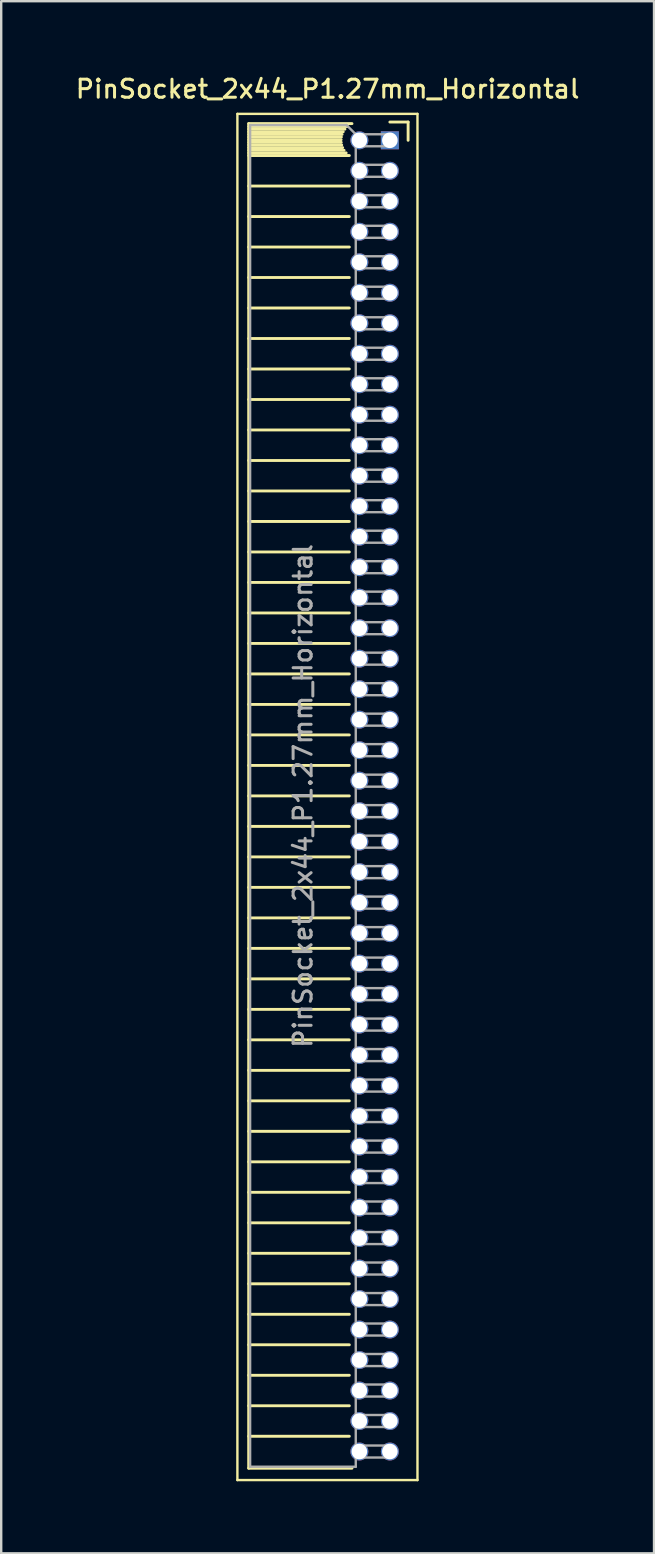
<source format=kicad_pcb>
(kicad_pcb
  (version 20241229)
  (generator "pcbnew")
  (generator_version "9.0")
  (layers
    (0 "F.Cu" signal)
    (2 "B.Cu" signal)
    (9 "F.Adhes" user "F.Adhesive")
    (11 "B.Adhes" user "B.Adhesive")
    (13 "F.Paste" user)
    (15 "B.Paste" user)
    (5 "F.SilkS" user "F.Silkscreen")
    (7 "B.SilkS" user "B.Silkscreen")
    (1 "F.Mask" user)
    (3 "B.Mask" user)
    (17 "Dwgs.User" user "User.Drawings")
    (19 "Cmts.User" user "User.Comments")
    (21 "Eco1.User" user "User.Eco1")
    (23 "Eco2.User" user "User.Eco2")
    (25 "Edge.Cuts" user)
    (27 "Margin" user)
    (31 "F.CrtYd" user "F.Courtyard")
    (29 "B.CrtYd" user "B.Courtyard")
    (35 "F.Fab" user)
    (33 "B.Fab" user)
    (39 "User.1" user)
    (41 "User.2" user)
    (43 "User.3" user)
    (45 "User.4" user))
  (footprint "PinSocket_2x44_P1.27mm_Horizontal"
    (layer "F.Cu")
    (at 13.187 2.793)
    (property "Reference" "PinSocket_2x44_P1.27mm_Horizontal" (at -2.592 -2.135 0) (layer "F.SilkS") (effects (font (size 0.75 0.75) (thickness 0.125))))
    (attr through_hole)
    (fp_line (start -6.35 -1.1) (end -6.35 55.8) (stroke (width 0.1) (type solid)) (layer "F.SilkS"))
    (fp_line (start -6.35 55.8) (end 1.15 55.8) (stroke (width 0.1) (type solid)) (layer "F.SilkS"))
    (fp_line (start -5.88 -0.695) (end -5.88 55.305) (stroke (width 0.12) (type solid)) (layer "F.SilkS"))
    (fp_line (start -5.88 -0.695) (end -1.578 -0.695) (stroke (width 0.12) (type solid)) (layer "F.SilkS"))
    (fp_line (start -5.88 -0.575) (end -1.767 -0.575) (stroke (width 0.12) (type solid)) (layer "F.SilkS"))
    (fp_line (start -5.88 -0.465) (end -1.871 -0.465) (stroke (width 0.12) (type solid)) (layer "F.SilkS"))
    (fp_line (start -5.88 -0.355) (end -1.942 -0.355) (stroke (width 0.12) (type solid)) (layer "F.SilkS"))
    (fp_line (start -5.88 -0.245) (end -1.989 -0.245) (stroke (width 0.12) (type solid)) (layer "F.SilkS"))
    (fp_line (start -5.88 -0.135) (end -2.018 -0.135) (stroke (width 0.12) (type solid)) (layer "F.SilkS"))
    (fp_line (start -5.88 -0.025) (end -2.03 -0.025) (stroke (width 0.12) (type solid)) (layer "F.SilkS"))
    (fp_line (start -5.88 0.085) (end -2.025 0.085) (stroke (width 0.12) (type solid)) (layer "F.SilkS"))
    (fp_line (start -5.88 0.195) (end -2.005 0.195) (stroke (width 0.12) (type solid)) (layer "F.SilkS"))
    (fp_line (start -5.88 0.305) (end -1.966 0.305) (stroke (width 0.12) (type solid)) (layer "F.SilkS"))
    (fp_line (start -5.88 0.415) (end -1.907 0.415) (stroke (width 0.12) (type solid)) (layer "F.SilkS"))
    (fp_line (start -5.88 0.525) (end -1.82 0.525) (stroke (width 0.12) (type solid)) (layer "F.SilkS"))
    (fp_line (start -5.88 0.635) (end -1.688 0.635) (stroke (width 0.12) (type solid)) (layer "F.SilkS"))
    (fp_line (start -5.88 1.905) (end -1.688 1.905) (stroke (width 0.12) (type solid)) (layer "F.SilkS"))
    (fp_line (start -5.88 3.175) (end -1.688 3.175) (stroke (width 0.12) (type solid)) (layer "F.SilkS"))
    (fp_line (start -5.88 4.445) (end -1.688 4.445) (stroke (width 0.12) (type solid)) (layer "F.SilkS"))
    (fp_line (start -5.88 5.715) (end -1.688 5.715) (stroke (width 0.12) (type solid)) (layer "F.SilkS"))
    (fp_line (start -5.88 6.985) (end -1.688 6.985) (stroke (width 0.12) (type solid)) (layer "F.SilkS"))
    (fp_line (start -5.88 8.255) (end -1.688 8.255) (stroke (width 0.12) (type solid)) (layer "F.SilkS"))
    (fp_line (start -5.88 9.525) (end -1.688 9.525) (stroke (width 0.12) (type solid)) (layer "F.SilkS"))
    (fp_line (start -5.88 10.795) (end -1.688 10.795) (stroke (width 0.12) (type solid)) (layer "F.SilkS"))
    (fp_line (start -5.88 12.065) (end -1.688 12.065) (stroke (width 0.12) (type solid)) (layer "F.SilkS"))
    (fp_line (start -5.88 13.335) (end -1.688 13.335) (stroke (width 0.12) (type solid)) (layer "F.SilkS"))
    (fp_line (start -5.88 14.605) (end -1.688 14.605) (stroke (width 0.12) (type solid)) (layer "F.SilkS"))
    (fp_line (start -5.88 15.875) (end -1.688 15.875) (stroke (width 0.12) (type solid)) (layer "F.SilkS"))
    (fp_line (start -5.88 17.145) (end -1.688 17.145) (stroke (width 0.12) (type solid)) (layer "F.SilkS"))
    (fp_line (start -5.88 18.415) (end -1.688 18.415) (stroke (width 0.12) (type solid)) (layer "F.SilkS"))
    (fp_line (start -5.88 19.685) (end -1.688 19.685) (stroke (width 0.12) (type solid)) (layer "F.SilkS"))
    (fp_line (start -5.88 20.955) (end -1.688 20.955) (stroke (width 0.12) (type solid)) (layer "F.SilkS"))
    (fp_line (start -5.88 22.225) (end -1.688 22.225) (stroke (width 0.12) (type solid)) (layer "F.SilkS"))
    (fp_line (start -5.88 23.495) (end -1.688 23.495) (stroke (width 0.12) (type solid)) (layer "F.SilkS"))
    (fp_line (start -5.88 24.765) (end -1.688 24.765) (stroke (width 0.12) (type solid)) (layer "F.SilkS"))
    (fp_line (start -5.88 26.035) (end -1.688 26.035) (stroke (width 0.12) (type solid)) (layer "F.SilkS"))
    (fp_line (start -5.88 27.305) (end -1.688 27.305) (stroke (width 0.12) (type solid)) (layer "F.SilkS"))
    (fp_line (start -5.88 28.575) (end -1.688 28.575) (stroke (width 0.12) (type solid)) (layer "F.SilkS"))
    (fp_line (start -5.88 29.845) (end -1.688 29.845) (stroke (width 0.12) (type solid)) (layer "F.SilkS"))
    (fp_line (start -5.88 31.115) (end -1.688 31.115) (stroke (width 0.12) (type solid)) (layer "F.SilkS"))
    (fp_line (start -5.88 32.385) (end -1.688 32.385) (stroke (width 0.12) (type solid)) (layer "F.SilkS"))
    (fp_line (start -5.88 33.655) (end -1.688 33.655) (stroke (width 0.12) (type solid)) (layer "F.SilkS"))
    (fp_line (start -5.88 34.925) (end -1.688 34.925) (stroke (width 0.12) (type solid)) (layer "F.SilkS"))
    (fp_line (start -5.88 36.195) (end -1.688 36.195) (stroke (width 0.12) (type solid)) (layer "F.SilkS"))
    (fp_line (start -5.88 37.465) (end -1.688 37.465) (stroke (width 0.12) (type solid)) (layer "F.SilkS"))
    (fp_line (start -5.88 38.735) (end -1.688 38.735) (stroke (width 0.12) (type solid)) (layer "F.SilkS"))
    (fp_line (start -5.88 40.005) (end -1.688 40.005) (stroke (width 0.12) (type solid)) (layer "F.SilkS"))
    (fp_line (start -5.88 41.275) (end -1.688 41.275) (stroke (width 0.12) (type solid)) (layer "F.SilkS"))
    (fp_line (start -5.88 42.545) (end -1.688 42.545) (stroke (width 0.12) (type solid)) (layer "F.SilkS"))
    (fp_line (start -5.88 43.815) (end -1.688 43.815) (stroke (width 0.12) (type solid)) (layer "F.SilkS"))
    (fp_line (start -5.88 45.085) (end -1.688 45.085) (stroke (width 0.12) (type solid)) (layer "F.SilkS"))
    (fp_line (start -5.88 46.355) (end -1.688 46.355) (stroke (width 0.12) (type solid)) (layer "F.SilkS"))
    (fp_line (start -5.88 47.625) (end -1.688 47.625) (stroke (width 0.12) (type solid)) (layer "F.SilkS"))
    (fp_line (start -5.88 48.895) (end -1.688 48.895) (stroke (width 0.12) (type solid)) (layer "F.SilkS"))
    (fp_line (start -5.88 50.165) (end -1.688 50.165) (stroke (width 0.12) (type solid)) (layer "F.SilkS"))
    (fp_line (start -5.88 51.435) (end -1.688 51.435) (stroke (width 0.12) (type solid)) (layer "F.SilkS"))
    (fp_line (start -5.88 52.705) (end -1.688 52.705) (stroke (width 0.12) (type solid)) (layer "F.SilkS"))
    (fp_line (start -5.88 53.975) (end -1.688 53.975) (stroke (width 0.12) (type solid)) (layer "F.SilkS"))
    (fp_line (start -5.88 55.305) (end -1.578 55.305) (stroke (width 0.12) (type solid)) (layer "F.SilkS"))
    (fp_line (start 0 -0.76) (end 0.76 -0.76) (stroke (width 0.12) (type solid)) (layer "F.SilkS"))
    (fp_line (start 0.76 -0.76) (end 0.76 0) (stroke (width 0.12) (type solid)) (layer "F.SilkS"))
    (fp_line (start 1.15 -1.1) (end -6.35 -1.1) (stroke (width 0.1) (type solid)) (layer "F.SilkS"))
    (fp_line (start 1.15 55.8) (end 1.15 -1.1) (stroke (width 0.1) (type solid)) (layer "F.SilkS"))
    (fp_line (start -5.82 -0.635) (end -1.805 -0.635) (stroke (width 0.1) (type solid)) (layer "F.Fab"))
    (fp_line (start -5.82 55.245) (end -5.82 -0.635) (stroke (width 0.1) (type solid)) (layer "F.Fab"))
    (fp_line (start -1.805 -0.635) (end -1.42 -0.25) (stroke (width 0.1) (type solid)) (layer "F.Fab"))
    (fp_line (start -1.42 -0.25) (end -1.42 55.245) (stroke (width 0.1) (type solid)) (layer "F.Fab"))
    (fp_line (start -1.42 0.25) (end 0 0.25) (stroke (width 0.1) (type solid)) (layer "F.Fab"))
    (fp_line (start -1.42 1.52) (end 0 1.52) (stroke (width 0.1) (type solid)) (layer "F.Fab"))
    (fp_line (start -1.42 2.79) (end 0 2.79) (stroke (width 0.1) (type solid)) (layer "F.Fab"))
    (fp_line (start -1.42 4.06) (end 0 4.06) (stroke (width 0.1) (type solid)) (layer "F.Fab"))
    (fp_line (start -1.42 5.33) (end 0 5.33) (stroke (width 0.1) (type solid)) (layer "F.Fab"))
    (fp_line (start -1.42 6.6) (end 0 6.6) (stroke (width 0.1) (type solid)) (layer "F.Fab"))
    (fp_line (start -1.42 7.87) (end 0 7.87) (stroke (width 0.1) (type solid)) (layer "F.Fab"))
    (fp_line (start -1.42 9.14) (end 0 9.14) (stroke (width 0.1) (type solid)) (layer "F.Fab"))
    (fp_line (start -1.42 10.41) (end 0 10.41) (stroke (width 0.1) (type solid)) (layer "F.Fab"))
    (fp_line (start -1.42 11.68) (end 0 11.68) (stroke (width 0.1) (type solid)) (layer "F.Fab"))
    (fp_line (start -1.42 12.95) (end 0 12.95) (stroke (width 0.1) (type solid)) (layer "F.Fab"))
    (fp_line (start -1.42 14.22) (end 0 14.22) (stroke (width 0.1) (type solid)) (layer "F.Fab"))
    (fp_line (start -1.42 15.49) (end 0 15.49) (stroke (width 0.1) (type solid)) (layer "F.Fab"))
    (fp_line (start -1.42 16.76) (end 0 16.76) (stroke (width 0.1) (type solid)) (layer "F.Fab"))
    (fp_line (start -1.42 18.03) (end 0 18.03) (stroke (width 0.1) (type solid)) (layer "F.Fab"))
    (fp_line (start -1.42 19.3) (end 0 19.3) (stroke (width 0.1) (type solid)) (layer "F.Fab"))
    (fp_line (start -1.42 20.57) (end 0 20.57) (stroke (width 0.1) (type solid)) (layer "F.Fab"))
    (fp_line (start -1.42 21.84) (end 0 21.84) (stroke (width 0.1) (type solid)) (layer "F.Fab"))
    (fp_line (start -1.42 23.11) (end 0 23.11) (stroke (width 0.1) (type solid)) (layer "F.Fab"))
    (fp_line (start -1.42 24.38) (end 0 24.38) (stroke (width 0.1) (type solid)) (layer "F.Fab"))
    (fp_line (start -1.42 25.65) (end 0 25.65) (stroke (width 0.1) (type solid)) (layer "F.Fab"))
    (fp_line (start -1.42 26.92) (end 0 26.92) (stroke (width 0.1) (type solid)) (layer "F.Fab"))
    (fp_line (start -1.42 28.19) (end 0 28.19) (stroke (width 0.1) (type solid)) (layer "F.Fab"))
    (fp_line (start -1.42 29.46) (end 0 29.46) (stroke (width 0.1) (type solid)) (layer "F.Fab"))
    (fp_line (start -1.42 30.73) (end 0 30.73) (stroke (width 0.1) (type solid)) (layer "F.Fab"))
    (fp_line (start -1.42 32) (end 0 32) (stroke (width 0.1) (type solid)) (layer "F.Fab"))
    (fp_line (start -1.42 33.27) (end 0 33.27) (stroke (width 0.1) (type solid)) (layer "F.Fab"))
    (fp_line (start -1.42 34.54) (end 0 34.54) (stroke (width 0.1) (type solid)) (layer "F.Fab"))
    (fp_line (start -1.42 35.81) (end 0 35.81) (stroke (width 0.1) (type solid)) (layer "F.Fab"))
    (fp_line (start -1.42 37.08) (end 0 37.08) (stroke (width 0.1) (type solid)) (layer "F.Fab"))
    (fp_line (start -1.42 38.35) (end 0 38.35) (stroke (width 0.1) (type solid)) (layer "F.Fab"))
    (fp_line (start -1.42 39.62) (end 0 39.62) (stroke (width 0.1) (type solid)) (layer "F.Fab"))
    (fp_line (start -1.42 40.89) (end 0 40.89) (stroke (width 0.1) (type solid)) (layer "F.Fab"))
    (fp_line (start -1.42 42.16) (end 0 42.16) (stroke (width 0.1) (type solid)) (layer "F.Fab"))
    (fp_line (start -1.42 43.43) (end 0 43.43) (stroke (width 0.1) (type solid)) (layer "F.Fab"))
    (fp_line (start -1.42 44.7) (end 0 44.7) (stroke (width 0.1) (type solid)) (layer "F.Fab"))
    (fp_line (start -1.42 45.97) (end 0 45.97) (stroke (width 0.1) (type solid)) (layer "F.Fab"))
    (fp_line (start -1.42 47.24) (end 0 47.24) (stroke (width 0.1) (type solid)) (layer "F.Fab"))
    (fp_line (start -1.42 48.51) (end 0 48.51) (stroke (width 0.1) (type solid)) (layer "F.Fab"))
    (fp_line (start -1.42 49.78) (end 0 49.78) (stroke (width 0.1) (type solid)) (layer "F.Fab"))
    (fp_line (start -1.42 51.05) (end 0 51.05) (stroke (width 0.1) (type solid)) (layer "F.Fab"))
    (fp_line (start -1.42 52.32) (end 0 52.32) (stroke (width 0.1) (type solid)) (layer "F.Fab"))
    (fp_line (start -1.42 53.59) (end 0 53.59) (stroke (width 0.1) (type solid)) (layer "F.Fab"))
    (fp_line (start -1.42 54.86) (end 0 54.86) (stroke (width 0.1) (type solid)) (layer "F.Fab"))
    (fp_line (start -1.42 55.245) (end -5.82 55.245) (stroke (width 0.1) (type solid)) (layer "F.Fab"))
    (fp_line (start 0 -0.25) (end -1.42 -0.25) (stroke (width 0.1) (type solid)) (layer "F.Fab"))
    (fp_line (start 0 0.25) (end 0 -0.25) (stroke (width 0.1) (type solid)) (layer "F.Fab"))
    (fp_line (start 0 1.02) (end -1.42 1.02) (stroke (width 0.1) (type solid)) (layer "F.Fab"))
    (fp_line (start 0 1.52) (end 0 1.02) (stroke (width 0.1) (type solid)) (layer "F.Fab"))
    (fp_line (start 0 2.29) (end -1.42 2.29) (stroke (width 0.1) (type solid)) (layer "F.Fab"))
    (fp_line (start 0 2.79) (end 0 2.29) (stroke (width 0.1) (type solid)) (layer "F.Fab"))
    (fp_line (start 0 3.56) (end -1.42 3.56) (stroke (width 0.1) (type solid)) (layer "F.Fab"))
    (fp_line (start 0 4.06) (end 0 3.56) (stroke (width 0.1) (type solid)) (layer "F.Fab"))
    (fp_line (start 0 4.83) (end -1.42 4.83) (stroke (width 0.1) (type solid)) (layer "F.Fab"))
    (fp_line (start 0 5.33) (end 0 4.83) (stroke (width 0.1) (type solid)) (layer "F.Fab"))
    (fp_line (start 0 6.1) (end -1.42 6.1) (stroke (width 0.1) (type solid)) (layer "F.Fab"))
    (fp_line (start 0 6.6) (end 0 6.1) (stroke (width 0.1) (type solid)) (layer "F.Fab"))
    (fp_line (start 0 7.37) (end -1.42 7.37) (stroke (width 0.1) (type solid)) (layer "F.Fab"))
    (fp_line (start 0 7.87) (end 0 7.37) (stroke (width 0.1) (type solid)) (layer "F.Fab"))
    (fp_line (start 0 8.64) (end -1.42 8.64) (stroke (width 0.1) (type solid)) (layer "F.Fab"))
    (fp_line (start 0 9.14) (end 0 8.64) (stroke (width 0.1) (type solid)) (layer "F.Fab"))
    (fp_line (start 0 9.91) (end -1.42 9.91) (stroke (width 0.1) (type solid)) (layer "F.Fab"))
    (fp_line (start 0 10.41) (end 0 9.91) (stroke (width 0.1) (type solid)) (layer "F.Fab"))
    (fp_line (start 0 11.18) (end -1.42 11.18) (stroke (width 0.1) (type solid)) (layer "F.Fab"))
    (fp_line (start 0 11.68) (end 0 11.18) (stroke (width 0.1) (type solid)) (layer "F.Fab"))
    (fp_line (start 0 12.45) (end -1.42 12.45) (stroke (width 0.1) (type solid)) (layer "F.Fab"))
    (fp_line (start 0 12.95) (end 0 12.45) (stroke (width 0.1) (type solid)) (layer "F.Fab"))
    (fp_line (start 0 13.72) (end -1.42 13.72) (stroke (width 0.1) (type solid)) (layer "F.Fab"))
    (fp_line (start 0 14.22) (end 0 13.72) (stroke (width 0.1) (type solid)) (layer "F.Fab"))
    (fp_line (start 0 14.99) (end -1.42 14.99) (stroke (width 0.1) (type solid)) (layer "F.Fab"))
    (fp_line (start 0 15.49) (end 0 14.99) (stroke (width 0.1) (type solid)) (layer "F.Fab"))
    (fp_line (start 0 16.26) (end -1.42 16.26) (stroke (width 0.1) (type solid)) (layer "F.Fab"))
    (fp_line (start 0 16.76) (end 0 16.26) (stroke (width 0.1) (type solid)) (layer "F.Fab"))
    (fp_line (start 0 17.53) (end -1.42 17.53) (stroke (width 0.1) (type solid)) (layer "F.Fab"))
    (fp_line (start 0 18.03) (end 0 17.53) (stroke (width 0.1) (type solid)) (layer "F.Fab"))
    (fp_line (start 0 18.8) (end -1.42 18.8) (stroke (width 0.1) (type solid)) (layer "F.Fab"))
    (fp_line (start 0 19.3) (end 0 18.8) (stroke (width 0.1) (type solid)) (layer "F.Fab"))
    (fp_line (start 0 20.07) (end -1.42 20.07) (stroke (width 0.1) (type solid)) (layer "F.Fab"))
    (fp_line (start 0 20.57) (end 0 20.07) (stroke (width 0.1) (type solid)) (layer "F.Fab"))
    (fp_line (start 0 21.34) (end -1.42 21.34) (stroke (width 0.1) (type solid)) (layer "F.Fab"))
    (fp_line (start 0 21.84) (end 0 21.34) (stroke (width 0.1) (type solid)) (layer "F.Fab"))
    (fp_line (start 0 22.61) (end -1.42 22.61) (stroke (width 0.1) (type solid)) (layer "F.Fab"))
    (fp_line (start 0 23.11) (end 0 22.61) (stroke (width 0.1) (type solid)) (layer "F.Fab"))
    (fp_line (start 0 23.88) (end -1.42 23.88) (stroke (width 0.1) (type solid)) (layer "F.Fab"))
    (fp_line (start 0 24.38) (end 0 23.88) (stroke (width 0.1) (type solid)) (layer "F.Fab"))
    (fp_line (start 0 25.15) (end -1.42 25.15) (stroke (width 0.1) (type solid)) (layer "F.Fab"))
    (fp_line (start 0 25.65) (end 0 25.15) (stroke (width 0.1) (type solid)) (layer "F.Fab"))
    (fp_line (start 0 26.42) (end -1.42 26.42) (stroke (width 0.1) (type solid)) (layer "F.Fab"))
    (fp_line (start 0 26.92) (end 0 26.42) (stroke (width 0.1) (type solid)) (layer "F.Fab"))
    (fp_line (start 0 27.69) (end -1.42 27.69) (stroke (width 0.1) (type solid)) (layer "F.Fab"))
    (fp_line (start 0 28.19) (end 0 27.69) (stroke (width 0.1) (type solid)) (layer "F.Fab"))
    (fp_line (start 0 28.96) (end -1.42 28.96) (stroke (width 0.1) (type solid)) (layer "F.Fab"))
    (fp_line (start 0 29.46) (end 0 28.96) (stroke (width 0.1) (type solid)) (layer "F.Fab"))
    (fp_line (start 0 30.23) (end -1.42 30.23) (stroke (width 0.1) (type solid)) (layer "F.Fab"))
    (fp_line (start 0 30.73) (end 0 30.23) (stroke (width 0.1) (type solid)) (layer "F.Fab"))
    (fp_line (start 0 31.5) (end -1.42 31.5) (stroke (width 0.1) (type solid)) (layer "F.Fab"))
    (fp_line (start 0 32) (end 0 31.5) (stroke (width 0.1) (type solid)) (layer "F.Fab"))
    (fp_line (start 0 32.77) (end -1.42 32.77) (stroke (width 0.1) (type solid)) (layer "F.Fab"))
    (fp_line (start 0 33.27) (end 0 32.77) (stroke (width 0.1) (type solid)) (layer "F.Fab"))
    (fp_line (start 0 34.04) (end -1.42 34.04) (stroke (width 0.1) (type solid)) (layer "F.Fab"))
    (fp_line (start 0 34.54) (end 0 34.04) (stroke (width 0.1) (type solid)) (layer "F.Fab"))
    (fp_line (start 0 35.31) (end -1.42 35.31) (stroke (width 0.1) (type solid)) (layer "F.Fab"))
    (fp_line (start 0 35.81) (end 0 35.31) (stroke (width 0.1) (type solid)) (layer "F.Fab"))
    (fp_line (start 0 36.58) (end -1.42 36.58) (stroke (width 0.1) (type solid)) (layer "F.Fab"))
    (fp_line (start 0 37.08) (end 0 36.58) (stroke (width 0.1) (type solid)) (layer "F.Fab"))
    (fp_line (start 0 37.85) (end -1.42 37.85) (stroke (width 0.1) (type solid)) (layer "F.Fab"))
    (fp_line (start 0 38.35) (end 0 37.85) (stroke (width 0.1) (type solid)) (layer "F.Fab"))
    (fp_line (start 0 39.12) (end -1.42 39.12) (stroke (width 0.1) (type solid)) (layer "F.Fab"))
    (fp_line (start 0 39.62) (end 0 39.12) (stroke (width 0.1) (type solid)) (layer "F.Fab"))
    (fp_line (start 0 40.39) (end -1.42 40.39) (stroke (width 0.1) (type solid)) (layer "F.Fab"))
    (fp_line (start 0 40.89) (end 0 40.39) (stroke (width 0.1) (type solid)) (layer "F.Fab"))
    (fp_line (start 0 41.66) (end -1.42 41.66) (stroke (width 0.1) (type solid)) (layer "F.Fab"))
    (fp_line (start 0 42.16) (end 0 41.66) (stroke (width 0.1) (type solid)) (layer "F.Fab"))
    (fp_line (start 0 42.93) (end -1.42 42.93) (stroke (width 0.1) (type solid)) (layer "F.Fab"))
    (fp_line (start 0 43.43) (end 0 42.93) (stroke (width 0.1) (type solid)) (layer "F.Fab"))
    (fp_line (start 0 44.2) (end -1.42 44.2) (stroke (width 0.1) (type solid)) (layer "F.Fab"))
    (fp_line (start 0 44.7) (end 0 44.2) (stroke (width 0.1) (type solid)) (layer "F.Fab"))
    (fp_line (start 0 45.47) (end -1.42 45.47) (stroke (width 0.1) (type solid)) (layer "F.Fab"))
    (fp_line (start 0 45.97) (end 0 45.47) (stroke (width 0.1) (type solid)) (layer "F.Fab"))
    (fp_line (start 0 46.74) (end -1.42 46.74) (stroke (width 0.1) (type solid)) (layer "F.Fab"))
    (fp_line (start 0 47.24) (end 0 46.74) (stroke (width 0.1) (type solid)) (layer "F.Fab"))
    (fp_line (start 0 48.01) (end -1.42 48.01) (stroke (width 0.1) (type solid)) (layer "F.Fab"))
    (fp_line (start 0 48.51) (end 0 48.01) (stroke (width 0.1) (type solid)) (layer "F.Fab"))
    (fp_line (start 0 49.28) (end -1.42 49.28) (stroke (width 0.1) (type solid)) (layer "F.Fab"))
    (fp_line (start 0 49.78) (end 0 49.28) (stroke (width 0.1) (type solid)) (layer "F.Fab"))
    (fp_line (start 0 50.55) (end -1.42 50.55) (stroke (width 0.1) (type solid)) (layer "F.Fab"))
    (fp_line (start 0 51.05) (end 0 50.55) (stroke (width 0.1) (type solid)) (layer "F.Fab"))
    (fp_line (start 0 51.82) (end -1.42 51.82) (stroke (width 0.1) (type solid)) (layer "F.Fab"))
    (fp_line (start 0 52.32) (end 0 51.82) (stroke (width 0.1) (type solid)) (layer "F.Fab"))
    (fp_line (start 0 53.09) (end -1.42 53.09) (stroke (width 0.1) (type solid)) (layer "F.Fab"))
    (fp_line (start 0 53.59) (end 0 53.09) (stroke (width 0.1) (type solid)) (layer "F.Fab"))
    (fp_line (start 0 54.36) (end -1.42 54.36) (stroke (width 0.1) (type solid)) (layer "F.Fab"))
    (fp_line (start 0 54.86) (end 0 54.36) (stroke (width 0.1) (type solid)) (layer "F.Fab"))
    (fp_text user "${REFERENCE}" (at -3.62 27.305 90) (layer "F.Fab") (effects (font (size 0.75 0.75) (thickness 0.125))))
    (pad "1" thru_hole rect (at 0 0) (size 0.75 0.75) (drill 0.65) (layers "*.Cu" "*.Mask"))
    (pad "2" thru_hole oval (at -1.27 0) (size 0.75 0.75) (drill 0.65) (layers "*.Cu" "*.Mask"))
    (pad "3" thru_hole oval (at 0 1.27) (size 0.75 0.75) (drill 0.65) (layers "*.Cu" "*.Mask"))
    (pad "4" thru_hole oval (at -1.27 1.27) (size 0.75 0.75) (drill 0.65) (layers "*.Cu" "*.Mask"))
    (pad "5" thru_hole oval (at 0 2.54) (size 0.75 0.75) (drill 0.65) (layers "*.Cu" "*.Mask"))
    (pad "6" thru_hole oval (at -1.27 2.54) (size 0.75 0.75) (drill 0.65) (layers "*.Cu" "*.Mask"))
    (pad "7" thru_hole oval (at 0 3.81) (size 0.75 0.75) (drill 0.65) (layers "*.Cu" "*.Mask"))
    (pad "8" thru_hole oval (at -1.27 3.81) (size 0.75 0.75) (drill 0.65) (layers "*.Cu" "*.Mask"))
    (pad "9" thru_hole oval (at 0 5.08) (size 0.75 0.75) (drill 0.65) (layers "*.Cu" "*.Mask"))
    (pad "10" thru_hole oval (at -1.27 5.08) (size 0.75 0.75) (drill 0.65) (layers "*.Cu" "*.Mask"))
    (pad "11" thru_hole oval (at 0 6.35) (size 0.75 0.75) (drill 0.65) (layers "*.Cu" "*.Mask"))
    (pad "12" thru_hole oval (at -1.27 6.35) (size 0.75 0.75) (drill 0.65) (layers "*.Cu" "*.Mask"))
    (pad "13" thru_hole oval (at 0 7.62) (size 0.75 0.75) (drill 0.65) (layers "*.Cu" "*.Mask"))
    (pad "14" thru_hole oval (at -1.27 7.62) (size 0.75 0.75) (drill 0.65) (layers "*.Cu" "*.Mask"))
    (pad "15" thru_hole oval (at 0 8.89) (size 0.75 0.75) (drill 0.65) (layers "*.Cu" "*.Mask"))
    (pad "16" thru_hole oval (at -1.27 8.89) (size 0.75 0.75) (drill 0.65) (layers "*.Cu" "*.Mask"))
    (pad "17" thru_hole oval (at 0 10.16) (size 0.75 0.75) (drill 0.65) (layers "*.Cu" "*.Mask"))
    (pad "18" thru_hole oval (at -1.27 10.16) (size 0.75 0.75) (drill 0.65) (layers "*.Cu" "*.Mask"))
    (pad "19" thru_hole oval (at 0 11.43) (size 0.75 0.75) (drill 0.65) (layers "*.Cu" "*.Mask"))
    (pad "20" thru_hole oval (at -1.27 11.43) (size 0.75 0.75) (drill 0.65) (layers "*.Cu" "*.Mask"))
    (pad "21" thru_hole oval (at 0 12.7) (size 0.75 0.75) (drill 0.65) (layers "*.Cu" "*.Mask"))
    (pad "22" thru_hole oval (at -1.27 12.7) (size 0.75 0.75) (drill 0.65) (layers "*.Cu" "*.Mask"))
    (pad "23" thru_hole oval (at 0 13.97) (size 0.75 0.75) (drill 0.65) (layers "*.Cu" "*.Mask"))
    (pad "24" thru_hole oval (at -1.27 13.97) (size 0.75 0.75) (drill 0.65) (layers "*.Cu" "*.Mask"))
    (pad "25" thru_hole oval (at 0 15.24) (size 0.75 0.75) (drill 0.65) (layers "*.Cu" "*.Mask"))
    (pad "26" thru_hole oval (at -1.27 15.24) (size 0.75 0.75) (drill 0.65) (layers "*.Cu" "*.Mask"))
    (pad "27" thru_hole oval (at 0 16.51) (size 0.75 0.75) (drill 0.65) (layers "*.Cu" "*.Mask"))
    (pad "28" thru_hole oval (at -1.27 16.51) (size 0.75 0.75) (drill 0.65) (layers "*.Cu" "*.Mask"))
    (pad "29" thru_hole oval (at 0 17.78) (size 0.75 0.75) (drill 0.65) (layers "*.Cu" "*.Mask"))
    (pad "30" thru_hole oval (at -1.27 17.78) (size 0.75 0.75) (drill 0.65) (layers "*.Cu" "*.Mask"))
    (pad "31" thru_hole oval (at 0 19.05) (size 0.75 0.75) (drill 0.65) (layers "*.Cu" "*.Mask"))
    (pad "32" thru_hole oval (at -1.27 19.05) (size 0.75 0.75) (drill 0.65) (layers "*.Cu" "*.Mask"))
    (pad "33" thru_hole oval (at 0 20.32) (size 0.75 0.75) (drill 0.65) (layers "*.Cu" "*.Mask"))
    (pad "34" thru_hole oval (at -1.27 20.32) (size 0.75 0.75) (drill 0.65) (layers "*.Cu" "*.Mask"))
    (pad "35" thru_hole oval (at 0 21.59) (size 0.75 0.75) (drill 0.65) (layers "*.Cu" "*.Mask"))
    (pad "36" thru_hole oval (at -1.27 21.59) (size 0.75 0.75) (drill 0.65) (layers "*.Cu" "*.Mask"))
    (pad "37" thru_hole oval (at 0 22.86) (size 0.75 0.75) (drill 0.65) (layers "*.Cu" "*.Mask"))
    (pad "38" thru_hole oval (at -1.27 22.86) (size 0.75 0.75) (drill 0.65) (layers "*.Cu" "*.Mask"))
    (pad "39" thru_hole oval (at 0 24.13) (size 0.75 0.75) (drill 0.65) (layers "*.Cu" "*.Mask"))
    (pad "40" thru_hole oval (at -1.27 24.13) (size 0.75 0.75) (drill 0.65) (layers "*.Cu" "*.Mask"))
    (pad "41" thru_hole oval (at 0 25.4) (size 0.75 0.75) (drill 0.65) (layers "*.Cu" "*.Mask"))
    (pad "42" thru_hole oval (at -1.27 25.4) (size 0.75 0.75) (drill 0.65) (layers "*.Cu" "*.Mask"))
    (pad "43" thru_hole oval (at 0 26.67) (size 0.75 0.75) (drill 0.65) (layers "*.Cu" "*.Mask"))
    (pad "44" thru_hole oval (at -1.27 26.67) (size 0.75 0.75) (drill 0.65) (layers "*.Cu" "*.Mask"))
    (pad "45" thru_hole oval (at 0 27.94) (size 0.75 0.75) (drill 0.65) (layers "*.Cu" "*.Mask"))
    (pad "46" thru_hole oval (at -1.27 27.94) (size 0.75 0.75) (drill 0.65) (layers "*.Cu" "*.Mask"))
    (pad "47" thru_hole oval (at 0 29.21) (size 0.75 0.75) (drill 0.65) (layers "*.Cu" "*.Mask"))
    (pad "48" thru_hole oval (at -1.27 29.21) (size 0.75 0.75) (drill 0.65) (layers "*.Cu" "*.Mask"))
    (pad "49" thru_hole oval (at 0 30.48) (size 0.75 0.75) (drill 0.65) (layers "*.Cu" "*.Mask"))
    (pad "50" thru_hole oval (at -1.27 30.48) (size 0.75 0.75) (drill 0.65) (layers "*.Cu" "*.Mask"))
    (pad "51" thru_hole oval (at 0 31.75) (size 0.75 0.75) (drill 0.65) (layers "*.Cu" "*.Mask"))
    (pad "52" thru_hole oval (at -1.27 31.75) (size 0.75 0.75) (drill 0.65) (layers "*.Cu" "*.Mask"))
    (pad "53" thru_hole oval (at 0 33.02) (size 0.75 0.75) (drill 0.65) (layers "*.Cu" "*.Mask"))
    (pad "54" thru_hole oval (at -1.27 33.02) (size 0.75 0.75) (drill 0.65) (layers "*.Cu" "*.Mask"))
    (pad "55" thru_hole oval (at 0 34.29) (size 0.75 0.75) (drill 0.65) (layers "*.Cu" "*.Mask"))
    (pad "56" thru_hole oval (at -1.27 34.29) (size 0.75 0.75) (drill 0.65) (layers "*.Cu" "*.Mask"))
    (pad "57" thru_hole oval (at 0 35.56) (size 0.75 0.75) (drill 0.65) (layers "*.Cu" "*.Mask"))
    (pad "58" thru_hole oval (at -1.27 35.56) (size 0.75 0.75) (drill 0.65) (layers "*.Cu" "*.Mask"))
    (pad "59" thru_hole oval (at 0 36.83) (size 0.75 0.75) (drill 0.65) (layers "*.Cu" "*.Mask"))
    (pad "60" thru_hole oval (at -1.27 36.83) (size 0.75 0.75) (drill 0.65) (layers "*.Cu" "*.Mask"))
    (pad "61" thru_hole oval (at 0 38.1) (size 0.75 0.75) (drill 0.65) (layers "*.Cu" "*.Mask"))
    (pad "62" thru_hole oval (at -1.27 38.1) (size 0.75 0.75) (drill 0.65) (layers "*.Cu" "*.Mask"))
    (pad "63" thru_hole oval (at 0 39.37) (size 0.75 0.75) (drill 0.65) (layers "*.Cu" "*.Mask"))
    (pad "64" thru_hole oval (at -1.27 39.37) (size 0.75 0.75) (drill 0.65) (layers "*.Cu" "*.Mask"))
    (pad "65" thru_hole oval (at 0 40.64) (size 0.75 0.75) (drill 0.65) (layers "*.Cu" "*.Mask"))
    (pad "66" thru_hole oval (at -1.27 40.64) (size 0.75 0.75) (drill 0.65) (layers "*.Cu" "*.Mask"))
    (pad "67" thru_hole oval (at 0 41.91) (size 0.75 0.75) (drill 0.65) (layers "*.Cu" "*.Mask"))
    (pad "68" thru_hole oval (at -1.27 41.91) (size 0.75 0.75) (drill 0.65) (layers "*.Cu" "*.Mask"))
    (pad "69" thru_hole oval (at 0 43.18) (size 0.75 0.75) (drill 0.65) (layers "*.Cu" "*.Mask"))
    (pad "70" thru_hole oval (at -1.27 43.18) (size 0.75 0.75) (drill 0.65) (layers "*.Cu" "*.Mask"))
    (pad "71" thru_hole oval (at 0 44.45) (size 0.75 0.75) (drill 0.65) (layers "*.Cu" "*.Mask"))
    (pad "72" thru_hole oval (at -1.27 44.45) (size 0.75 0.75) (drill 0.65) (layers "*.Cu" "*.Mask"))
    (pad "73" thru_hole oval (at 0 45.72) (size 0.75 0.75) (drill 0.65) (layers "*.Cu" "*.Mask"))
    (pad "74" thru_hole oval (at -1.27 45.72) (size 0.75 0.75) (drill 0.65) (layers "*.Cu" "*.Mask"))
    (pad "75" thru_hole oval (at 0 46.99) (size 0.75 0.75) (drill 0.65) (layers "*.Cu" "*.Mask"))
    (pad "76" thru_hole oval (at -1.27 46.99) (size 0.75 0.75) (drill 0.65) (layers "*.Cu" "*.Mask"))
    (pad "77" thru_hole oval (at 0 48.26) (size 0.75 0.75) (drill 0.65) (layers "*.Cu" "*.Mask"))
    (pad "78" thru_hole oval (at -1.27 48.26) (size 0.75 0.75) (drill 0.65) (layers "*.Cu" "*.Mask"))
    (pad "79" thru_hole oval (at 0 49.53) (size 0.75 0.75) (drill 0.65) (layers "*.Cu" "*.Mask"))
    (pad "80" thru_hole oval (at -1.27 49.53) (size 0.75 0.75) (drill 0.65) (layers "*.Cu" "*.Mask"))
    (pad "81" thru_hole oval (at 0 50.8) (size 0.75 0.75) (drill 0.65) (layers "*.Cu" "*.Mask"))
    (pad "82" thru_hole oval (at -1.27 50.8) (size 0.75 0.75) (drill 0.65) (layers "*.Cu" "*.Mask"))
    (pad "83" thru_hole oval (at 0 52.07) (size 0.75 0.75) (drill 0.65) (layers "*.Cu" "*.Mask"))
    (pad "84" thru_hole oval (at -1.27 52.07) (size 0.75 0.75) (drill 0.65) (layers "*.Cu" "*.Mask"))
    (pad "85" thru_hole oval (at 0 53.34) (size 0.75 0.75) (drill 0.65) (layers "*.Cu" "*.Mask"))
    (pad "86" thru_hole oval (at -1.27 53.34) (size 0.75 0.75) (drill 0.65) (layers "*.Cu" "*.Mask"))
    (pad "87" thru_hole oval (at 0 54.61) (size 0.75 0.75) (drill 0.65) (layers "*.Cu" "*.Mask"))
    (pad "88" thru_hole oval (at -1.27 54.61) (size 0.75 0.75) (drill 0.65) (layers "*.Cu" "*.Mask")))
  (gr_rect
    (start -3 -3)
    (end 24.189 61.643)
    (stroke (width 0.1) (type default))
    (fill no)
    (layer "Edge.Cuts")))
</source>
